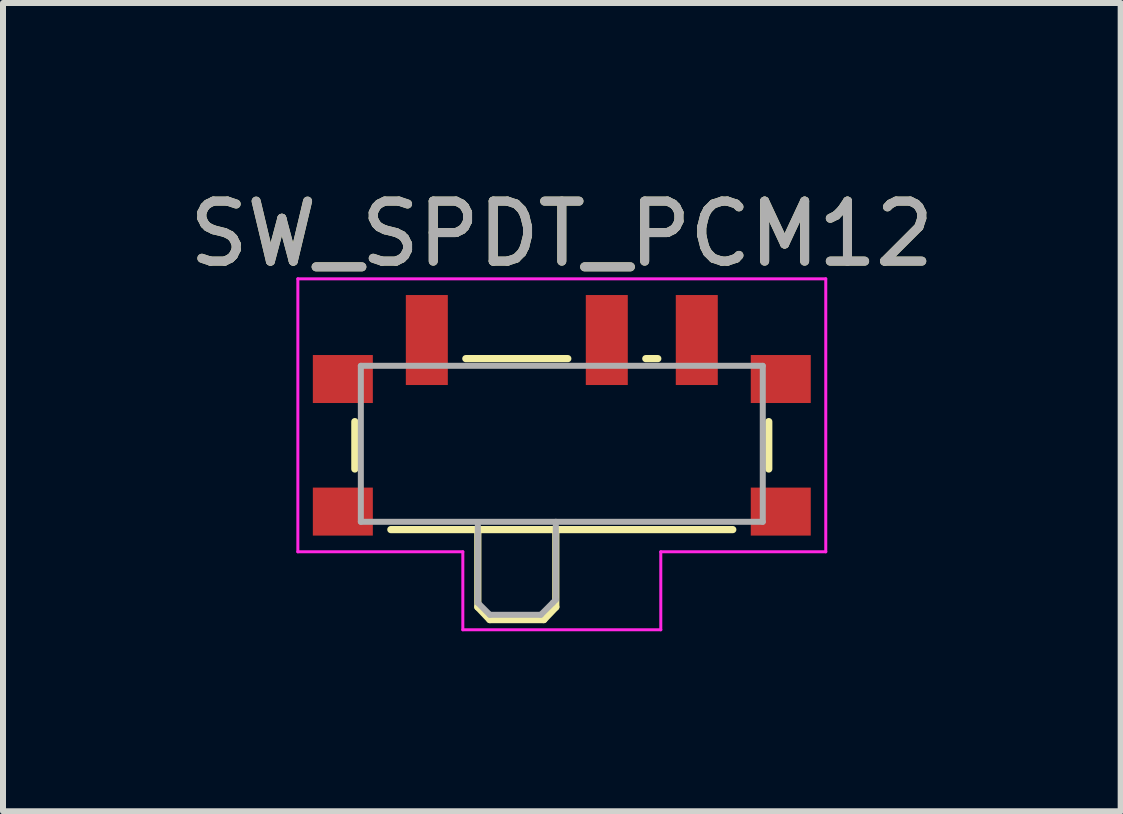
<source format=kicad_pcb>
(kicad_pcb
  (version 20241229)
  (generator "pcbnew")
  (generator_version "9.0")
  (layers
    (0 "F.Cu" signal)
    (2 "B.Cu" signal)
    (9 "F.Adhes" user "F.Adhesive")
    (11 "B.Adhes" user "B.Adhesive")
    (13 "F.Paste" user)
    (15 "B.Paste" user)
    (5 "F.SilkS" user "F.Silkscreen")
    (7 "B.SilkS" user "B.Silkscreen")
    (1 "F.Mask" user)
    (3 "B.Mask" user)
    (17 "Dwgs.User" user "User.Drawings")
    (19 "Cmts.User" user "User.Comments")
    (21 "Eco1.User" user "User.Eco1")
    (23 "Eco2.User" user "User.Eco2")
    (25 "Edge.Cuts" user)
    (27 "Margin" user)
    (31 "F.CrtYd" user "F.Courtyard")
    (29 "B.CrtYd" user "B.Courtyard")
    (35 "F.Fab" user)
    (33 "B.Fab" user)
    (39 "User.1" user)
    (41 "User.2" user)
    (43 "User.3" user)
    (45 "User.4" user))
  (footprint "SW_SPDT_PCM12"
    (layer "F.Cu")
    (at 6.315 4.048)
    (property "Reference" "SW_SPDT_PCM12" (at 0 -3.2 0) (layer "F.SilkS") (effects (font (size 1 1) (thickness 0.15))))
    (attr smd)
    (fp_line (start -3.45 -0.07) (end -3.45 0.72) (stroke (width 0.12) (type solid)) (layer "F.SilkS"))
    (fp_line (start -2.85 1.73) (end 2.85 1.73) (stroke (width 0.12) (type solid)) (layer "F.SilkS"))
    (fp_line (start -1.6 -1.12) (end 0.1 -1.12) (stroke (width 0.12) (type solid)) (layer "F.SilkS"))
    (fp_line (start -1.4 1.73) (end -1.4 3.02) (stroke (width 0.12) (type solid)) (layer "F.SilkS"))
    (fp_line (start -1.4 3.02) (end -1.2 3.23) (stroke (width 0.12) (type solid)) (layer "F.SilkS"))
    (fp_line (start -1.2 3.23) (end -0.3 3.23) (stroke (width 0.12) (type solid)) (layer "F.SilkS"))
    (fp_line (start -0.1 3.02) (end -0.3 3.23) (stroke (width 0.12) (type solid)) (layer "F.SilkS"))
    (fp_line (start -0.1 3.02) (end -0.1 1.73) (stroke (width 0.12) (type solid)) (layer "F.SilkS"))
    (fp_line (start 1.4 -1.12) (end 1.6 -1.12) (stroke (width 0.12) (type solid)) (layer "F.SilkS"))
    (fp_line (start 3.45 0.72) (end 3.45 -0.07) (stroke (width 0.12) (type solid)) (layer "F.SilkS"))
    (fp_line (start -4.4 -2.45) (end 4.4 -2.45) (stroke (width 0.05) (type solid)) (layer "F.CrtYd"))
    (fp_line (start -4.4 2.1) (end -4.4 -2.45) (stroke (width 0.05) (type solid)) (layer "F.CrtYd"))
    (fp_line (start -1.65 2.1) (end -4.4 2.1) (stroke (width 0.05) (type solid)) (layer "F.CrtYd"))
    (fp_line (start -1.65 3.4) (end -1.65 2.1) (stroke (width 0.05) (type solid)) (layer "F.CrtYd"))
    (fp_line (start 1.65 2.1) (end 1.65 3.4) (stroke (width 0.05) (type solid)) (layer "F.CrtYd"))
    (fp_line (start 1.65 3.4) (end -1.65 3.4) (stroke (width 0.05) (type solid)) (layer "F.CrtYd"))
    (fp_line (start 4.4 -2.45) (end 4.4 2.1) (stroke (width 0.05) (type solid)) (layer "F.CrtYd"))
    (fp_line (start 4.4 2.1) (end 1.65 2.1) (stroke (width 0.05) (type solid)) (layer "F.CrtYd"))
    (fp_line (start -3.35 -1) (end -3.35 1.6) (stroke (width 0.1) (type solid)) (layer "F.Fab"))
    (fp_line (start -3.35 1.6) (end 3.35 1.6) (stroke (width 0.1) (type solid)) (layer "F.Fab"))
    (fp_line (start -1.4 1.65) (end -1.4 2.95) (stroke (width 0.1) (type solid)) (layer "F.Fab"))
    (fp_line (start -1.4 2.95) (end -1.2 3.15) (stroke (width 0.1) (type solid)) (layer "F.Fab"))
    (fp_line (start -1.2 3.15) (end -0.35 3.15) (stroke (width 0.1) (type solid)) (layer "F.Fab"))
    (fp_line (start -0.35 3.15) (end -0.15 2.95) (stroke (width 0.1) (type solid)) (layer "F.Fab"))
    (fp_line (start -0.15 2.95) (end -0.1 2.9) (stroke (width 0.1) (type solid)) (layer "F.Fab"))
    (fp_line (start -0.1 2.9) (end -0.1 1.6) (stroke (width 0.1) (type solid)) (layer "F.Fab"))
    (fp_line (start 3.35 -1) (end -3.35 -1) (stroke (width 0.1) (type solid)) (layer "F.Fab"))
    (fp_line (start 3.35 1.6) (end 3.35 -1) (stroke (width 0.1) (type solid)) (layer "F.Fab"))
    (fp_text user "${REFERENCE}" (at 0 -3.2 0) (layer "F.Fab") (effects (font (size 1 1) (thickness 0.15))))
    (pad "" smd rect (at -3.65 -0.78) (size 1 0.8) (layers "F.Cu" "F.Mask" "F.Paste"))
    (pad "" smd rect (at -3.65 1.43) (size 1 0.8) (layers "F.Cu" "F.Mask" "F.Paste"))
    (pad "" smd rect (at 3.65 -0.78) (size 1 0.8) (layers "F.Cu" "F.Mask" "F.Paste"))
    (pad "" smd rect (at 3.65 1.43) (size 1 0.8) (layers "F.Cu" "F.Mask" "F.Paste"))
    (pad "1" smd rect (at -2.25 -1.43) (size 0.7 1.5) (layers "F.Cu" "F.Mask" "F.Paste"))
    (pad "2" smd rect (at 0.75 -1.43) (size 0.7 1.5) (layers "F.Cu" "F.Mask" "F.Paste"))
    (pad "3" smd rect (at 2.25 -1.43) (size 0.7 1.5) (layers "F.Cu" "F.Mask" "F.Paste")))
  (gr_rect
    (start -3 -3)
    (end 15.631 10.473)
    (stroke (width 0.1) (type default))
    (fill no)
    (layer "Edge.Cuts")))
</source>
